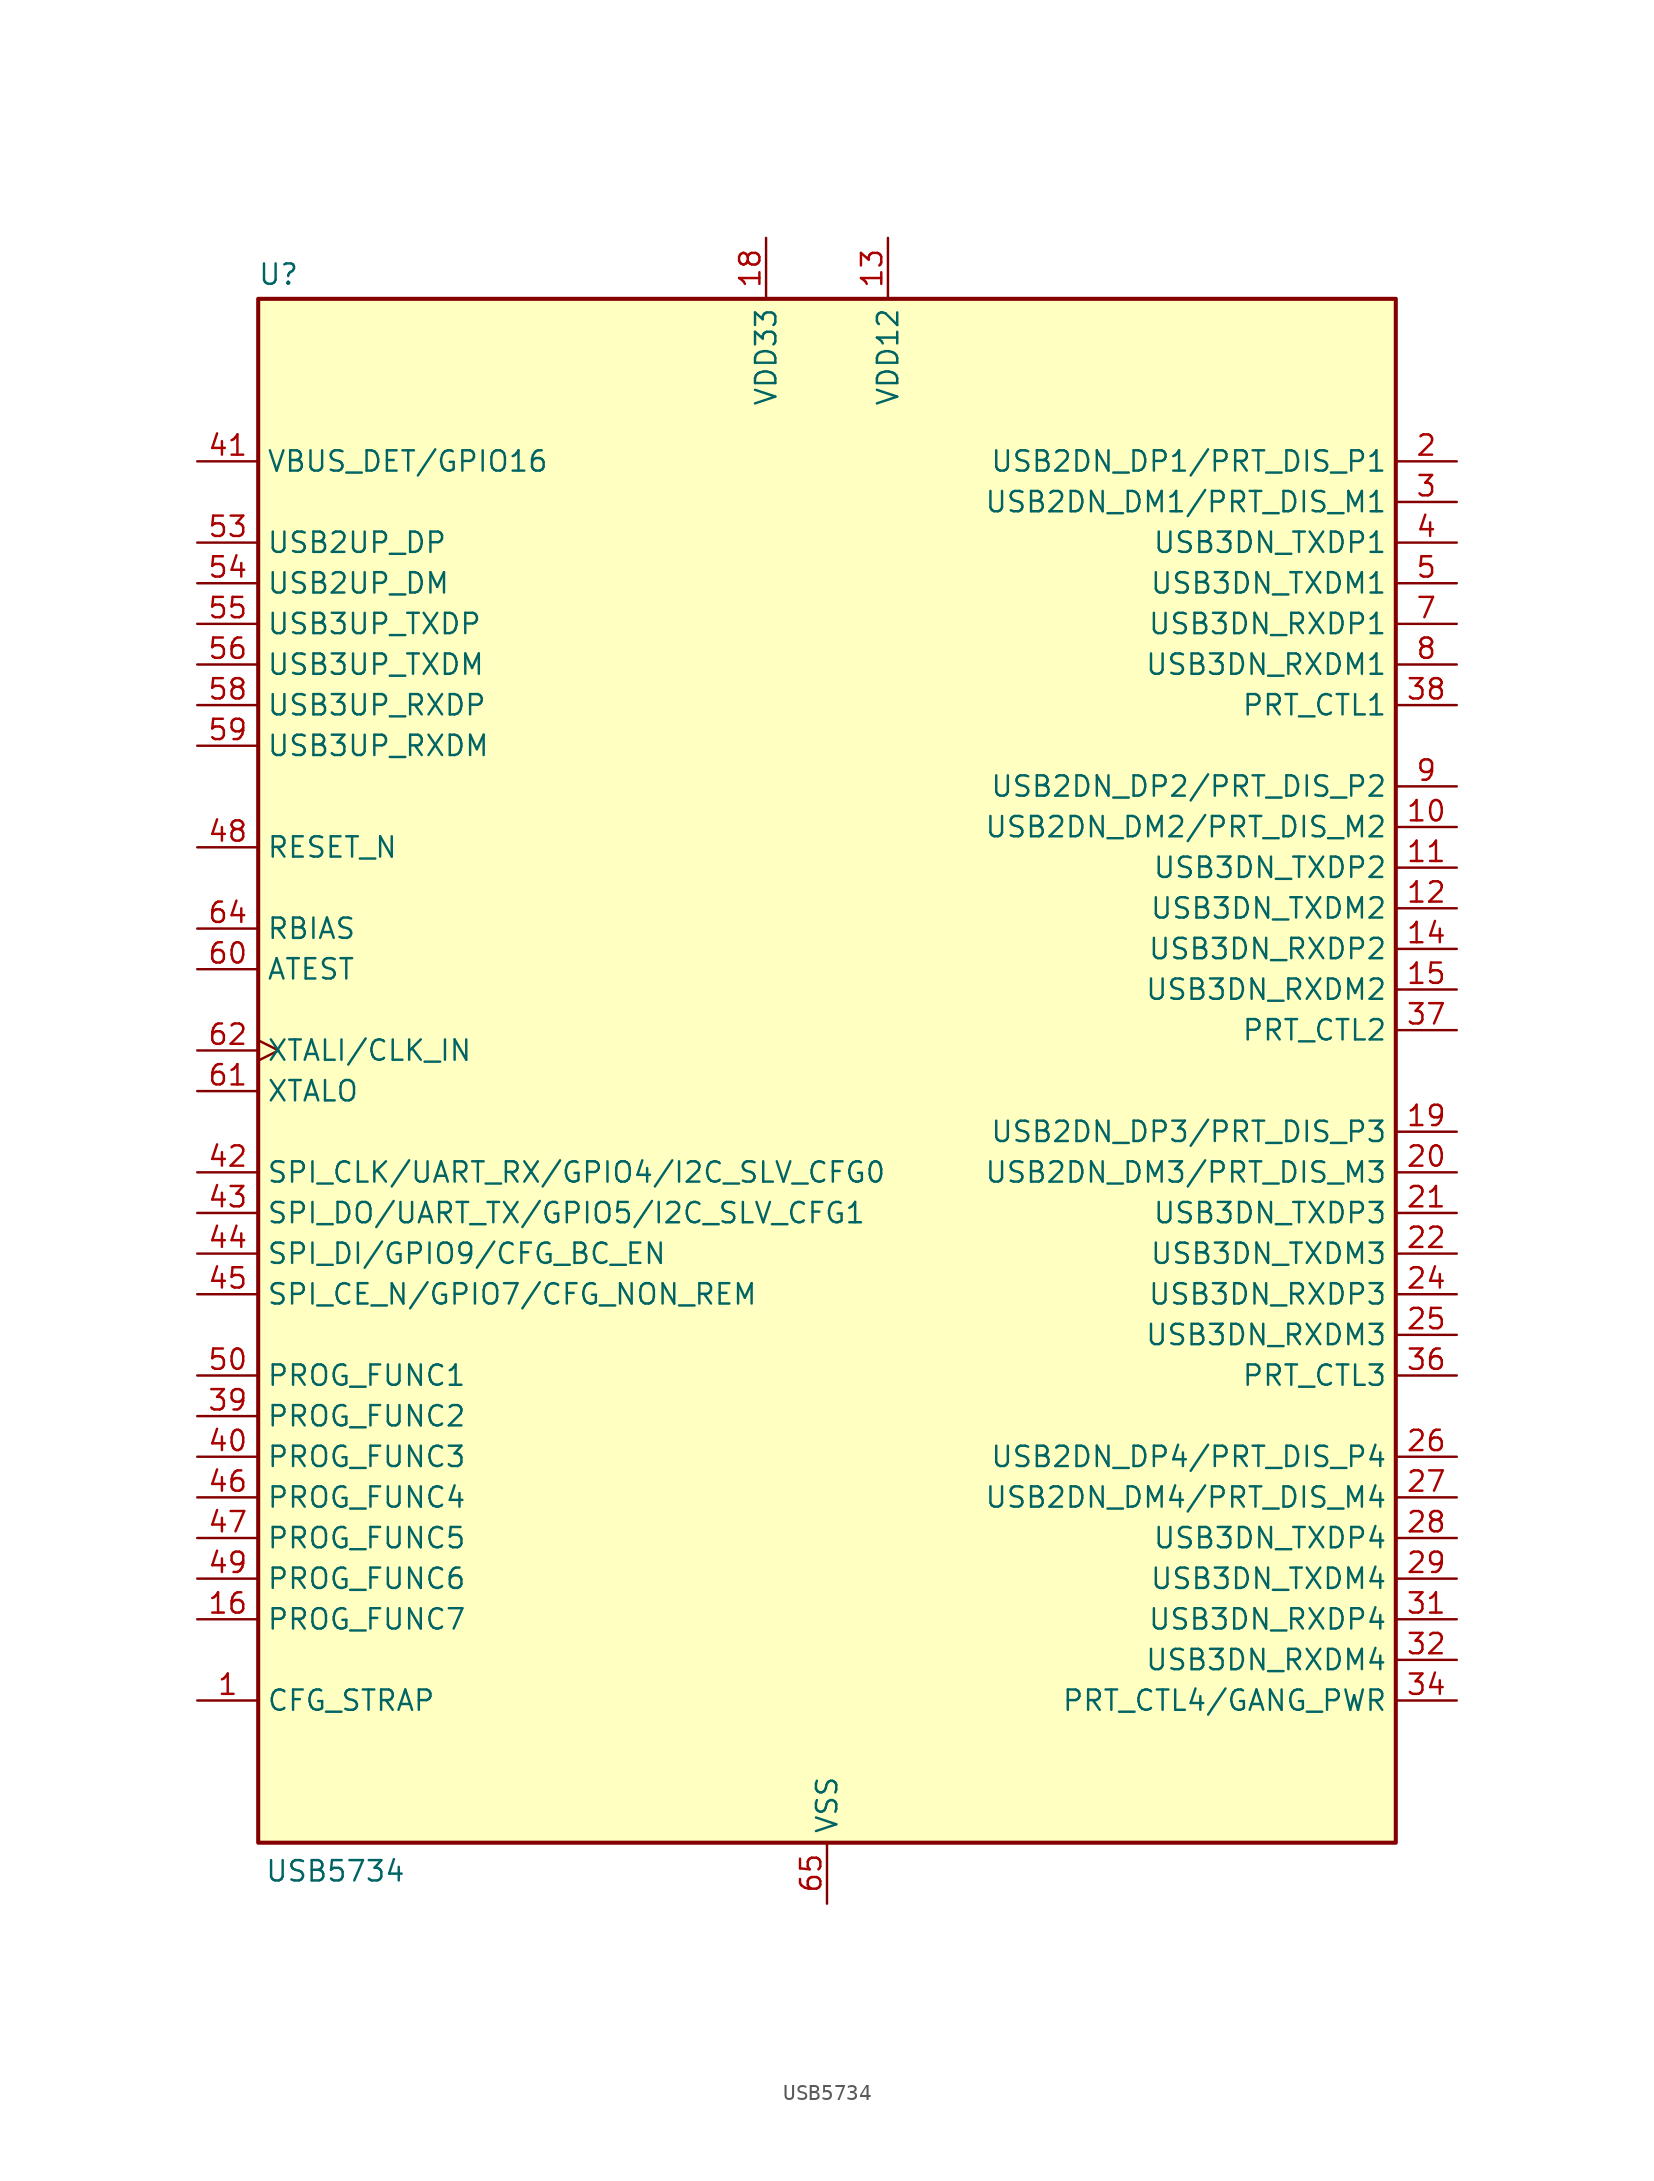
<source format=kicad_sym>
(kicad_symbol_lib
  (version 20241209)
  (generator "kicad_symbol_editor")
  (generator_version "9.0")
  (symbol "USB5734"
    (property "Reference" "U"
      (at -34.29 49.784 0)
      (effects (font (size 1.27 1.27))))
    (property "Value" "USB5734"
      (at -30.734 -50.038 0)
      (effects (font (size 1.27 1.27))))
    (symbol "USB5734_0_1"
      (rectangle (start -35.56 48.26) (end 35.56 -48.26) (stroke (width 0.254) (type default)) (fill (type background))))
    (symbol "USB5734_1_1"
      (pin bidirectional line (at -39.37 38.1 0) (length 3.81) (name "VBUS_DET/GPIO16" (effects (font (size 1.27 1.27)))) (number "41" (effects (font (size 1.27 1.27)))))
      (pin bidirectional line (at -39.37 33.02 0) (length 3.81) (name "USB2UP_DP" (effects (font (size 1.27 1.27)))) (number "53" (effects (font (size 1.27 1.27)))))
      (pin bidirectional line (at -39.37 30.48 0) (length 3.81) (name "USB2UP_DM" (effects (font (size 1.27 1.27)))) (number "54" (effects (font (size 1.27 1.27)))))
      (pin output line (at -39.37 27.94 0) (length 3.81) (name "USB3UP_TXDP" (effects (font (size 1.27 1.27)))) (number "55" (effects (font (size 1.27 1.27)))))
      (pin output line (at -39.37 25.4 0) (length 3.81) (name "USB3UP_TXDM" (effects (font (size 1.27 1.27)))) (number "56" (effects (font (size 1.27 1.27)))))
      (pin input line (at -39.37 22.86 0) (length 3.81) (name "USB3UP_RXDP" (effects (font (size 1.27 1.27)))) (number "58" (effects (font (size 1.27 1.27)))))
      (pin input line (at -39.37 20.32 0) (length 3.81) (name "USB3UP_RXDM" (effects (font (size 1.27 1.27)))) (number "59" (effects (font (size 1.27 1.27)))))
      (pin input line (at -39.37 13.97 0) (length 3.81) (name "RESET_N" (effects (font (size 1.27 1.27)))) (number "48" (effects (font (size 1.27 1.27)))))
      (pin passive line (at -39.37 8.89 0) (length 3.81) (name "RBIAS" (effects (font (size 1.27 1.27)))) (number "64" (effects (font (size 1.27 1.27)))))
      (pin passive line (at -39.37 6.35 0) (length 3.81) (name "ATEST" (effects (font (size 1.27 1.27)))) (number "60" (effects (font (size 1.27 1.27)))))
      (pin input clock (at -39.37 1.27 0) (length 3.81) (name "XTALI/CLK_IN" (effects (font (size 1.27 1.27)))) (number "62" (effects (font (size 1.27 1.27)))))
      (pin output line (at -39.37 -1.27 0) (length 3.81) (name "XTALO" (effects (font (size 1.27 1.27)))) (number "61" (effects (font (size 1.27 1.27)))))
      (pin input line (at -39.37 -6.35 0) (length 3.81) (name "SPI_CLK/UART_RX/GPIO4/I2C_SLV_CFG0" (effects (font (size 1.27 1.27)))) (number "42" (effects (font (size 1.27 1.27)))))
      (pin output line (at -39.37 -8.89 0) (length 3.81) (name "SPI_DO/UART_TX/GPIO5/I2C_SLV_CFG1" (effects (font (size 1.27 1.27)))) (number "43" (effects (font (size 1.27 1.27)))))
      (pin input line (at -39.37 -11.43 0) (length 3.81) (name "SPI_DI/GPIO9/CFG_BC_EN" (effects (font (size 1.27 1.27)))) (number "44" (effects (font (size 1.27 1.27)))))
      (pin input line (at -39.37 -13.97 0) (length 3.81) (name "SPI_CE_N/GPIO7/CFG_NON_REM" (effects (font (size 1.27 1.27)))) (number "45" (effects (font (size 1.27 1.27)))))
      (pin passive line (at -39.37 -19.05 0) (length 3.81) (name "PROG_FUNC1" (effects (font (size 1.27 1.27)))) (number "50" (effects (font (size 1.27 1.27)))))
      (pin passive line (at -39.37 -21.59 0) (length 3.81) (name "PROG_FUNC2" (effects (font (size 1.27 1.27)))) (number "39" (effects (font (size 1.27 1.27)))))
      (pin passive line (at -39.37 -24.13 0) (length 3.81) (name "PROG_FUNC3" (effects (font (size 1.27 1.27)))) (number "40" (effects (font (size 1.27 1.27)))))
      (pin passive line (at -39.37 -26.67 0) (length 3.81) (name "PROG_FUNC4" (effects (font (size 1.27 1.27)))) (number "46" (effects (font (size 1.27 1.27)))))
      (pin passive line (at -39.37 -29.21 0) (length 3.81) (name "PROG_FUNC5" (effects (font (size 1.27 1.27)))) (number "47" (effects (font (size 1.27 1.27)))))
      (pin passive line (at -39.37 -31.75 0) (length 3.81) (name "PROG_FUNC6" (effects (font (size 1.27 1.27)))) (number "49" (effects (font (size 1.27 1.27)))))
      (pin passive line (at -39.37 -34.29 0) (length 3.81) (name "PROG_FUNC7" (effects (font (size 1.27 1.27)))) (number "16" (effects (font (size 1.27 1.27)))))
      (pin passive line (at -39.37 -39.37 0) (length 3.81) (name "CFG_STRAP" (effects (font (size 1.27 1.27)))) (number "1" (effects (font (size 1.27 1.27)))))
      (pin power_in line (at -3.81 52.07 270) (length 3.81) (name "VDD33" (effects (font (size 1.27 1.27)))) (number "18" (effects (font (size 1.27 1.27)))))
      (pin passive line (at -3.81 52.07 270) (length 3.81) (hide yes) (name "VDD33" (effects (font (size 1.27 1.27)))) (number "33" (effects (font (size 1.27 1.27)))))
      (pin passive line (at -3.81 52.07 270) (length 3.81) (hide yes) (name "VDD33" (effects (font (size 1.27 1.27)))) (number "52" (effects (font (size 1.27 1.27)))))
      (pin passive line (at -3.81 52.07 270) (length 3.81) (hide yes) (name "VDD33" (effects (font (size 1.27 1.27)))) (number "63" (effects (font (size 1.27 1.27)))))
      (pin power_out line (at 0 -52.07 90) (length 3.81) (name "VSS" (effects (font (size 1.27 1.27)))) (number "65" (effects (font (size 1.27 1.27)))))
      (pin power_in line (at 3.81 52.07 270) (length 3.81) (name "VDD12" (effects (font (size 1.27 1.27)))) (number "13" (effects (font (size 1.27 1.27)))))
      (pin passive line (at 3.81 52.07 270) (length 3.81) (hide yes) (name "VDD12" (effects (font (size 1.27 1.27)))) (number "17" (effects (font (size 1.27 1.27)))))
      (pin passive line (at 3.81 52.07 270) (length 3.81) (hide yes) (name "VDD12" (effects (font (size 1.27 1.27)))) (number "23" (effects (font (size 1.27 1.27)))))
      (pin passive line (at 3.81 52.07 270) (length 3.81) (hide yes) (name "VDD12" (effects (font (size 1.27 1.27)))) (number "30" (effects (font (size 1.27 1.27)))))
      (pin passive line (at 3.81 52.07 270) (length 3.81) (hide yes) (name "VDD12" (effects (font (size 1.27 1.27)))) (number "35" (effects (font (size 1.27 1.27)))))
      (pin passive line (at 3.81 52.07 270) (length 3.81) (hide yes) (name "VDD12" (effects (font (size 1.27 1.27)))) (number "51" (effects (font (size 1.27 1.27)))))
      (pin passive line (at 3.81 52.07 270) (length 3.81) (hide yes) (name "VDD12" (effects (font (size 1.27 1.27)))) (number "57" (effects (font (size 1.27 1.27)))))
      (pin passive line (at 3.81 52.07 270) (length 3.81) (hide yes) (name "VDD12" (effects (font (size 1.27 1.27)))) (number "6" (effects (font (size 1.27 1.27)))))
      (pin bidirectional line (at 39.37 38.1 180) (length 3.81) (name "USB2DN_DP1/PRT_DIS_P1" (effects (font (size 1.27 1.27)))) (number "2" (effects (font (size 1.27 1.27)))))
      (pin bidirectional line (at 39.37 35.56 180) (length 3.81) (name "USB2DN_DM1/PRT_DIS_M1" (effects (font (size 1.27 1.27)))) (number "3" (effects (font (size 1.27 1.27)))))
      (pin output line (at 39.37 33.02 180) (length 3.81) (name "USB3DN_TXDP1" (effects (font (size 1.27 1.27)))) (number "4" (effects (font (size 1.27 1.27)))))
      (pin output line (at 39.37 30.48 180) (length 3.81) (name "USB3DN_TXDM1" (effects (font (size 1.27 1.27)))) (number "5" (effects (font (size 1.27 1.27)))))
      (pin input line (at 39.37 27.94 180) (length 3.81) (name "USB3DN_RXDP1" (effects (font (size 1.27 1.27)))) (number "7" (effects (font (size 1.27 1.27)))))
      (pin input line (at 39.37 25.4 180) (length 3.81) (name "USB3DN_RXDM1" (effects (font (size 1.27 1.27)))) (number "8" (effects (font (size 1.27 1.27)))))
      (pin bidirectional line (at 39.37 22.86 180) (length 3.81) (name "PRT_CTL1" (effects (font (size 1.27 1.27)))) (number "38" (effects (font (size 1.27 1.27)))))
      (pin bidirectional line (at 39.37 17.78 180) (length 3.81) (name "USB2DN_DP2/PRT_DIS_P2" (effects (font (size 1.27 1.27)))) (number "9" (effects (font (size 1.27 1.27)))))
      (pin bidirectional line (at 39.37 15.24 180) (length 3.81) (name "USB2DN_DM2/PRT_DIS_M2" (effects (font (size 1.27 1.27)))) (number "10" (effects (font (size 1.27 1.27)))))
      (pin output line (at 39.37 12.7 180) (length 3.81) (name "USB3DN_TXDP2" (effects (font (size 1.27 1.27)))) (number "11" (effects (font (size 1.27 1.27)))))
      (pin output line (at 39.37 10.16 180) (length 3.81) (name "USB3DN_TXDM2" (effects (font (size 1.27 1.27)))) (number "12" (effects (font (size 1.27 1.27)))))
      (pin input line (at 39.37 7.62 180) (length 3.81) (name "USB3DN_RXDP2" (effects (font (size 1.27 1.27)))) (number "14" (effects (font (size 1.27 1.27)))))
      (pin input line (at 39.37 5.08 180) (length 3.81) (name "USB3DN_RXDM2" (effects (font (size 1.27 1.27)))) (number "15" (effects (font (size 1.27 1.27)))))
      (pin bidirectional line (at 39.37 2.54 180) (length 3.81) (name "PRT_CTL2" (effects (font (size 1.27 1.27)))) (number "37" (effects (font (size 1.27 1.27)))))
      (pin bidirectional line (at 39.37 -3.81 180) (length 3.81) (name "USB2DN_DP3/PRT_DIS_P3" (effects (font (size 1.27 1.27)))) (number "19" (effects (font (size 1.27 1.27)))))
      (pin bidirectional line (at 39.37 -6.35 180) (length 3.81) (name "USB2DN_DM3/PRT_DIS_M3" (effects (font (size 1.27 1.27)))) (number "20" (effects (font (size 1.27 1.27)))))
      (pin output line (at 39.37 -8.89 180) (length 3.81) (name "USB3DN_TXDP3" (effects (font (size 1.27 1.27)))) (number "21" (effects (font (size 1.27 1.27)))))
      (pin output line (at 39.37 -11.43 180) (length 3.81) (name "USB3DN_TXDM3" (effects (font (size 1.27 1.27)))) (number "22" (effects (font (size 1.27 1.27)))))
      (pin input line (at 39.37 -13.97 180) (length 3.81) (name "USB3DN_RXDP3" (effects (font (size 1.27 1.27)))) (number "24" (effects (font (size 1.27 1.27)))))
      (pin input line (at 39.37 -16.51 180) (length 3.81) (name "USB3DN_RXDM3" (effects (font (size 1.27 1.27)))) (number "25" (effects (font (size 1.27 1.27)))))
      (pin bidirectional line (at 39.37 -19.05 180) (length 3.81) (name "PRT_CTL3" (effects (font (size 1.27 1.27)))) (number "36" (effects (font (size 1.27 1.27)))))
      (pin bidirectional line (at 39.37 -24.13 180) (length 3.81) (name "USB2DN_DP4/PRT_DIS_P4" (effects (font (size 1.27 1.27)))) (number "26" (effects (font (size 1.27 1.27)))))
      (pin bidirectional line (at 39.37 -26.67 180) (length 3.81) (name "USB2DN_DM4/PRT_DIS_M4" (effects (font (size 1.27 1.27)))) (number "27" (effects (font (size 1.27 1.27)))))
      (pin output line (at 39.37 -29.21 180) (length 3.81) (name "USB3DN_TXDP4" (effects (font (size 1.27 1.27)))) (number "28" (effects (font (size 1.27 1.27)))))
      (pin output line (at 39.37 -31.75 180) (length 3.81) (name "USB3DN_TXDM4" (effects (font (size 1.27 1.27)))) (number "29" (effects (font (size 1.27 1.27)))))
      (pin input line (at 39.37 -34.29 180) (length 3.81) (name "USB3DN_RXDP4" (effects (font (size 1.27 1.27)))) (number "31" (effects (font (size 1.27 1.27)))))
      (pin input line (at 39.37 -36.83 180) (length 3.81) (name "USB3DN_RXDM4" (effects (font (size 1.27 1.27)))) (number "32" (effects (font (size 1.27 1.27)))))
      (pin bidirectional line (at 39.37 -39.37 180) (length 3.81) (name "PRT_CTL4/GANG_PWR" (effects (font (size 1.27 1.27)))) (number "34" (effects (font (size 1.27 1.27))))))))
</source>
